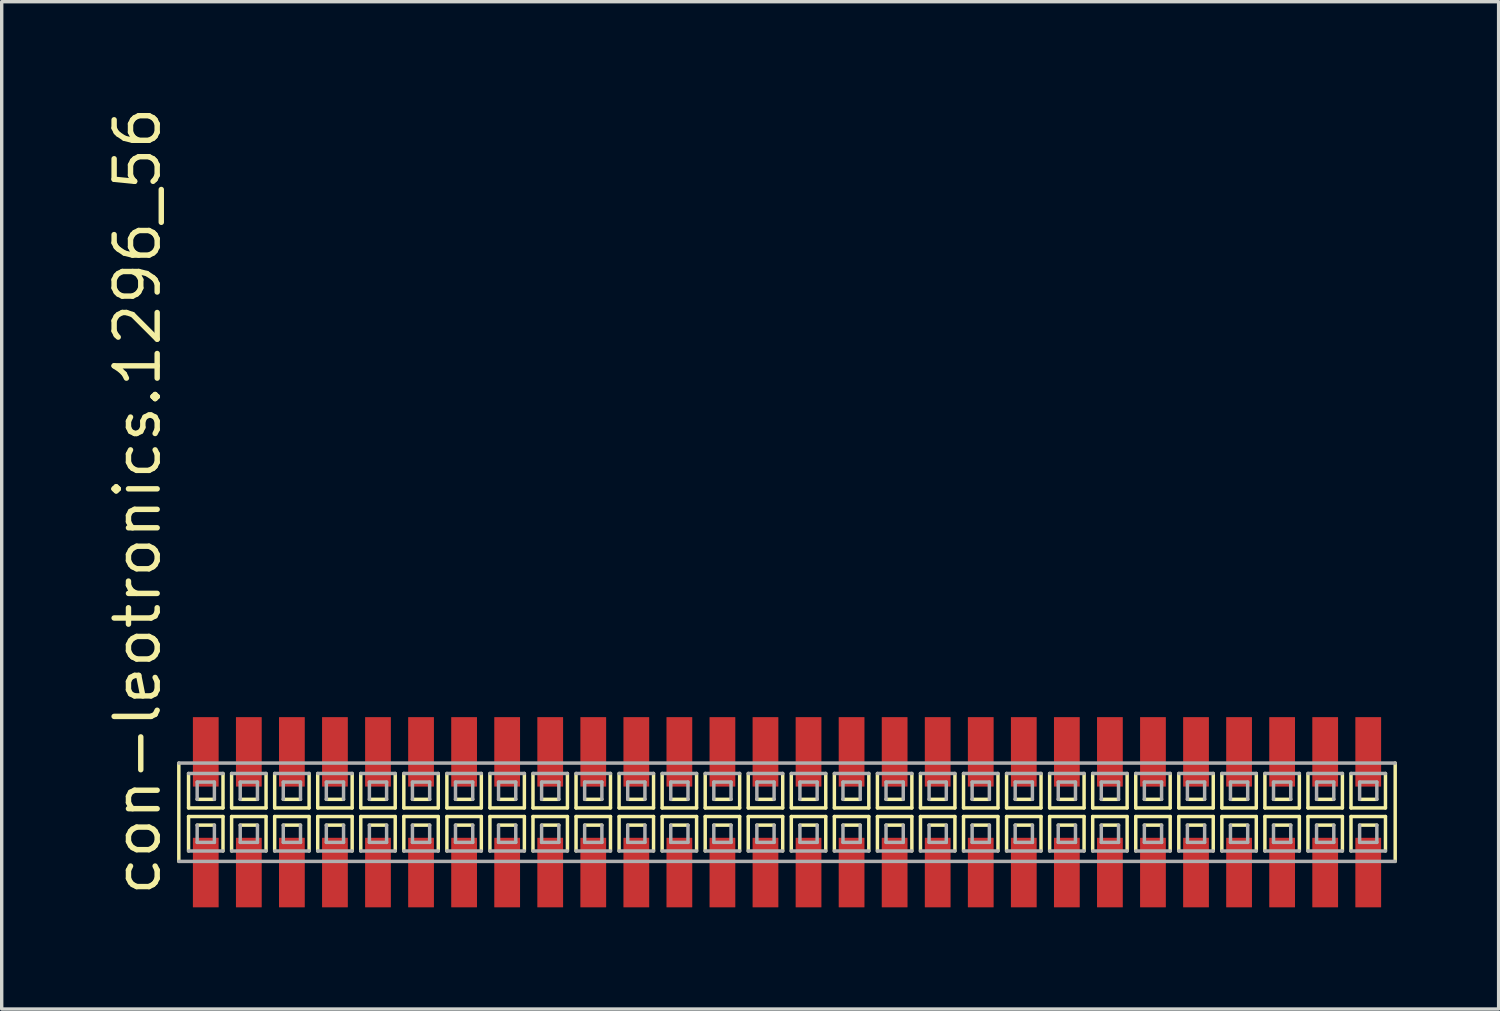
<source format=kicad_pcb>
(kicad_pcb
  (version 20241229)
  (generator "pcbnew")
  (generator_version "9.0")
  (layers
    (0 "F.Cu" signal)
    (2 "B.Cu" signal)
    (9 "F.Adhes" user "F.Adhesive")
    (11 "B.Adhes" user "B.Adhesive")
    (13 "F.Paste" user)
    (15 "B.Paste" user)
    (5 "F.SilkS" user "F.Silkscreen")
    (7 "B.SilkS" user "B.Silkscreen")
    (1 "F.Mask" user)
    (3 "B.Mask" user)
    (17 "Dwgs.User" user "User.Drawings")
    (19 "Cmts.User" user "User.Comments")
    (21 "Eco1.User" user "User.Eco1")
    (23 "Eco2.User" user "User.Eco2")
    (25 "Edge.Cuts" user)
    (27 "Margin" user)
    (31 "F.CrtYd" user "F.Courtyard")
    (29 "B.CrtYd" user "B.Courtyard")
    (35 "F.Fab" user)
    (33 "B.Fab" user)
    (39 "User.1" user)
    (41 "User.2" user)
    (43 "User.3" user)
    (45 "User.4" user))
  (footprint "con-leotronics.1296_56"
    (layer "F.Cu")
    (at 20.165 20.909)
    (property "Reference" "con-leotronics.1296_56" (at -18.415 2.54 90) (layer "F.SilkS") (effects (font (size 1.27 1.27) (thickness 0.16)) (justify left bottom)))
    (attr smd)
    (fp_line (start -17.94 -1.45) (end -17.94 1.45) (stroke (width 0.102) (type default)) (layer "F.SilkS"))
    (fp_line (start -17.653 -1.143) (end -17.653 -0.127) (stroke (width 0.102) (type default)) (layer "F.SilkS"))
    (fp_line (start -17.653 -0.127) (end -16.637 -0.127) (stroke (width 0.102) (type default)) (layer "F.SilkS"))
    (fp_line (start -17.653 0.127) (end -17.653 1.143) (stroke (width 0.102) (type default)) (layer "F.SilkS"))
    (fp_line (start -17.399 -0.381) (end -16.891 -0.381) (stroke (width 0.102) (type default)) (layer "F.SilkS"))
    (fp_line (start -16.891 0.381) (end -17.399 0.381) (stroke (width 0.102) (type default)) (layer "F.SilkS"))
    (fp_line (start -16.637 -0.127) (end -16.637 -1.143) (stroke (width 0.102) (type default)) (layer "F.SilkS"))
    (fp_line (start -16.637 0.127) (end -17.653 0.127) (stroke (width 0.102) (type default)) (layer "F.SilkS"))
    (fp_line (start -16.637 1.143) (end -16.637 0.127) (stroke (width 0.102) (type default)) (layer "F.SilkS"))
    (fp_line (start -16.383 -1.143) (end -16.383 -0.127) (stroke (width 0.102) (type default)) (layer "F.SilkS"))
    (fp_line (start -16.383 -0.127) (end -15.367 -0.127) (stroke (width 0.102) (type default)) (layer "F.SilkS"))
    (fp_line (start -16.383 0.127) (end -16.383 1.143) (stroke (width 0.102) (type default)) (layer "F.SilkS"))
    (fp_line (start -16.129 -0.381) (end -15.621 -0.381) (stroke (width 0.102) (type default)) (layer "F.SilkS"))
    (fp_line (start -15.621 0.381) (end -16.129 0.381) (stroke (width 0.102) (type default)) (layer "F.SilkS"))
    (fp_line (start -15.367 -0.127) (end -15.367 -1.143) (stroke (width 0.102) (type default)) (layer "F.SilkS"))
    (fp_line (start -15.367 0.127) (end -16.383 0.127) (stroke (width 0.102) (type default)) (layer "F.SilkS"))
    (fp_line (start -15.367 1.143) (end -15.367 0.127) (stroke (width 0.102) (type default)) (layer "F.SilkS"))
    (fp_line (start -15.113 -1.143) (end -15.113 -0.127) (stroke (width 0.102) (type default)) (layer "F.SilkS"))
    (fp_line (start -15.113 -0.127) (end -14.097 -0.127) (stroke (width 0.102) (type default)) (layer "F.SilkS"))
    (fp_line (start -15.113 0.127) (end -15.113 1.143) (stroke (width 0.102) (type default)) (layer "F.SilkS"))
    (fp_line (start -14.859 -0.381) (end -14.351 -0.381) (stroke (width 0.102) (type default)) (layer "F.SilkS"))
    (fp_line (start -14.351 0.381) (end -14.859 0.381) (stroke (width 0.102) (type default)) (layer "F.SilkS"))
    (fp_line (start -14.097 -0.127) (end -14.097 -1.143) (stroke (width 0.102) (type default)) (layer "F.SilkS"))
    (fp_line (start -14.097 0.127) (end -15.113 0.127) (stroke (width 0.102) (type default)) (layer "F.SilkS"))
    (fp_line (start -14.097 1.143) (end -14.097 0.127) (stroke (width 0.102) (type default)) (layer "F.SilkS"))
    (fp_line (start -13.843 -1.143) (end -13.843 -0.127) (stroke (width 0.102) (type default)) (layer "F.SilkS"))
    (fp_line (start -13.843 -0.127) (end -12.827 -0.127) (stroke (width 0.102) (type default)) (layer "F.SilkS"))
    (fp_line (start -13.843 0.127) (end -13.843 1.143) (stroke (width 0.102) (type default)) (layer "F.SilkS"))
    (fp_line (start -13.589 -0.381) (end -13.081 -0.381) (stroke (width 0.102) (type default)) (layer "F.SilkS"))
    (fp_line (start -13.081 0.381) (end -13.589 0.381) (stroke (width 0.102) (type default)) (layer "F.SilkS"))
    (fp_line (start -12.827 -0.127) (end -12.827 -1.143) (stroke (width 0.102) (type default)) (layer "F.SilkS"))
    (fp_line (start -12.827 0.127) (end -13.843 0.127) (stroke (width 0.102) (type default)) (layer "F.SilkS"))
    (fp_line (start -12.827 1.143) (end -12.827 0.127) (stroke (width 0.102) (type default)) (layer "F.SilkS"))
    (fp_line (start -12.573 -1.143) (end -12.573 -0.127) (stroke (width 0.102) (type default)) (layer "F.SilkS"))
    (fp_line (start -12.573 -0.127) (end -11.557 -0.127) (stroke (width 0.102) (type default)) (layer "F.SilkS"))
    (fp_line (start -12.573 0.127) (end -12.573 1.143) (stroke (width 0.102) (type default)) (layer "F.SilkS"))
    (fp_line (start -12.319 -0.381) (end -11.811 -0.381) (stroke (width 0.102) (type default)) (layer "F.SilkS"))
    (fp_line (start -11.811 0.381) (end -12.319 0.381) (stroke (width 0.102) (type default)) (layer "F.SilkS"))
    (fp_line (start -11.557 -0.127) (end -11.557 -1.143) (stroke (width 0.102) (type default)) (layer "F.SilkS"))
    (fp_line (start -11.557 0.127) (end -12.573 0.127) (stroke (width 0.102) (type default)) (layer "F.SilkS"))
    (fp_line (start -11.557 1.143) (end -11.557 0.127) (stroke (width 0.102) (type default)) (layer "F.SilkS"))
    (fp_line (start -11.303 -1.143) (end -11.303 -0.127) (stroke (width 0.102) (type default)) (layer "F.SilkS"))
    (fp_line (start -11.303 -0.127) (end -10.287 -0.127) (stroke (width 0.102) (type default)) (layer "F.SilkS"))
    (fp_line (start -11.303 0.127) (end -11.303 1.143) (stroke (width 0.102) (type default)) (layer "F.SilkS"))
    (fp_line (start -11.049 -0.381) (end -10.541 -0.381) (stroke (width 0.102) (type default)) (layer "F.SilkS"))
    (fp_line (start -10.541 0.381) (end -11.049 0.381) (stroke (width 0.102) (type default)) (layer "F.SilkS"))
    (fp_line (start -10.287 -0.127) (end -10.287 -1.143) (stroke (width 0.102) (type default)) (layer "F.SilkS"))
    (fp_line (start -10.287 0.127) (end -11.303 0.127) (stroke (width 0.102) (type default)) (layer "F.SilkS"))
    (fp_line (start -10.287 1.143) (end -10.287 0.127) (stroke (width 0.102) (type default)) (layer "F.SilkS"))
    (fp_line (start -10.033 -1.143) (end -10.033 -0.127) (stroke (width 0.102) (type default)) (layer "F.SilkS"))
    (fp_line (start -10.033 -0.127) (end -9.017 -0.127) (stroke (width 0.102) (type default)) (layer "F.SilkS"))
    (fp_line (start -10.033 0.127) (end -10.033 1.143) (stroke (width 0.102) (type default)) (layer "F.SilkS"))
    (fp_line (start -9.779 -0.381) (end -9.271 -0.381) (stroke (width 0.102) (type default)) (layer "F.SilkS"))
    (fp_line (start -9.271 0.381) (end -9.779 0.381) (stroke (width 0.102) (type default)) (layer "F.SilkS"))
    (fp_line (start -9.017 -0.127) (end -9.017 -1.143) (stroke (width 0.102) (type default)) (layer "F.SilkS"))
    (fp_line (start -9.017 0.127) (end -10.033 0.127) (stroke (width 0.102) (type default)) (layer "F.SilkS"))
    (fp_line (start -9.017 1.143) (end -9.017 0.127) (stroke (width 0.102) (type default)) (layer "F.SilkS"))
    (fp_line (start -8.763 -1.143) (end -8.763 -0.127) (stroke (width 0.102) (type default)) (layer "F.SilkS"))
    (fp_line (start -8.763 -0.127) (end -7.747 -0.127) (stroke (width 0.102) (type default)) (layer "F.SilkS"))
    (fp_line (start -8.763 0.127) (end -8.763 1.143) (stroke (width 0.102) (type default)) (layer "F.SilkS"))
    (fp_line (start -8.509 -0.381) (end -8.001 -0.381) (stroke (width 0.102) (type default)) (layer "F.SilkS"))
    (fp_line (start -8.001 0.381) (end -8.509 0.381) (stroke (width 0.102) (type default)) (layer "F.SilkS"))
    (fp_line (start -7.747 -0.127) (end -7.747 -1.143) (stroke (width 0.102) (type default)) (layer "F.SilkS"))
    (fp_line (start -7.747 0.127) (end -8.763 0.127) (stroke (width 0.102) (type default)) (layer "F.SilkS"))
    (fp_line (start -7.747 1.143) (end -7.747 0.127) (stroke (width 0.102) (type default)) (layer "F.SilkS"))
    (fp_line (start -7.493 -1.143) (end -7.493 -0.127) (stroke (width 0.102) (type default)) (layer "F.SilkS"))
    (fp_line (start -7.493 -0.127) (end -6.477 -0.127) (stroke (width 0.102) (type default)) (layer "F.SilkS"))
    (fp_line (start -7.493 0.127) (end -7.493 1.143) (stroke (width 0.102) (type default)) (layer "F.SilkS"))
    (fp_line (start -7.239 -0.381) (end -6.731 -0.381) (stroke (width 0.102) (type default)) (layer "F.SilkS"))
    (fp_line (start -6.731 0.381) (end -7.239 0.381) (stroke (width 0.102) (type default)) (layer "F.SilkS"))
    (fp_line (start -6.477 -0.127) (end -6.477 -1.143) (stroke (width 0.102) (type default)) (layer "F.SilkS"))
    (fp_line (start -6.477 0.127) (end -7.493 0.127) (stroke (width 0.102) (type default)) (layer "F.SilkS"))
    (fp_line (start -6.477 1.143) (end -6.477 0.127) (stroke (width 0.102) (type default)) (layer "F.SilkS"))
    (fp_line (start -6.223 -1.143) (end -6.223 -0.127) (stroke (width 0.102) (type default)) (layer "F.SilkS"))
    (fp_line (start -6.223 -0.127) (end -5.207 -0.127) (stroke (width 0.102) (type default)) (layer "F.SilkS"))
    (fp_line (start -6.223 0.127) (end -6.223 1.143) (stroke (width 0.102) (type default)) (layer "F.SilkS"))
    (fp_line (start -5.969 -0.381) (end -5.461 -0.381) (stroke (width 0.102) (type default)) (layer "F.SilkS"))
    (fp_line (start -5.461 0.381) (end -5.969 0.381) (stroke (width 0.102) (type default)) (layer "F.SilkS"))
    (fp_line (start -5.207 -0.127) (end -5.207 -1.143) (stroke (width 0.102) (type default)) (layer "F.SilkS"))
    (fp_line (start -5.207 0.127) (end -6.223 0.127) (stroke (width 0.102) (type default)) (layer "F.SilkS"))
    (fp_line (start -5.207 1.143) (end -5.207 0.127) (stroke (width 0.102) (type default)) (layer "F.SilkS"))
    (fp_line (start -4.953 -1.143) (end -4.953 -0.127) (stroke (width 0.102) (type default)) (layer "F.SilkS"))
    (fp_line (start -4.953 -0.127) (end -3.937 -0.127) (stroke (width 0.102) (type default)) (layer "F.SilkS"))
    (fp_line (start -4.953 0.127) (end -4.953 1.143) (stroke (width 0.102) (type default)) (layer "F.SilkS"))
    (fp_line (start -4.699 -0.381) (end -4.191 -0.381) (stroke (width 0.102) (type default)) (layer "F.SilkS"))
    (fp_line (start -4.191 0.381) (end -4.699 0.381) (stroke (width 0.102) (type default)) (layer "F.SilkS"))
    (fp_line (start -3.937 -0.127) (end -3.937 -1.143) (stroke (width 0.102) (type default)) (layer "F.SilkS"))
    (fp_line (start -3.937 0.127) (end -4.953 0.127) (stroke (width 0.102) (type default)) (layer "F.SilkS"))
    (fp_line (start -3.937 1.143) (end -3.937 0.127) (stroke (width 0.102) (type default)) (layer "F.SilkS"))
    (fp_line (start -3.683 -1.143) (end -3.683 -0.127) (stroke (width 0.102) (type default)) (layer "F.SilkS"))
    (fp_line (start -3.683 -0.127) (end -2.667 -0.127) (stroke (width 0.102) (type default)) (layer "F.SilkS"))
    (fp_line (start -3.683 0.127) (end -3.683 1.143) (stroke (width 0.102) (type default)) (layer "F.SilkS"))
    (fp_line (start -3.429 -0.381) (end -2.921 -0.381) (stroke (width 0.102) (type default)) (layer "F.SilkS"))
    (fp_line (start -2.921 0.381) (end -3.429 0.381) (stroke (width 0.102) (type default)) (layer "F.SilkS"))
    (fp_line (start -2.667 -0.127) (end -2.667 -1.143) (stroke (width 0.102) (type default)) (layer "F.SilkS"))
    (fp_line (start -2.667 0.127) (end -3.683 0.127) (stroke (width 0.102) (type default)) (layer "F.SilkS"))
    (fp_line (start -2.667 1.143) (end -2.667 0.127) (stroke (width 0.102) (type default)) (layer "F.SilkS"))
    (fp_line (start -2.413 -1.143) (end -2.413 -0.127) (stroke (width 0.102) (type default)) (layer "F.SilkS"))
    (fp_line (start -2.413 -0.127) (end -1.397 -0.127) (stroke (width 0.102) (type default)) (layer "F.SilkS"))
    (fp_line (start -2.413 0.127) (end -2.413 1.143) (stroke (width 0.102) (type default)) (layer "F.SilkS"))
    (fp_line (start -2.159 -0.381) (end -1.651 -0.381) (stroke (width 0.102) (type default)) (layer "F.SilkS"))
    (fp_line (start -1.651 0.381) (end -2.159 0.381) (stroke (width 0.102) (type default)) (layer "F.SilkS"))
    (fp_line (start -1.397 -0.127) (end -1.397 -1.143) (stroke (width 0.102) (type default)) (layer "F.SilkS"))
    (fp_line (start -1.397 0.127) (end -2.413 0.127) (stroke (width 0.102) (type default)) (layer "F.SilkS"))
    (fp_line (start -1.397 1.143) (end -1.397 0.127) (stroke (width 0.102) (type default)) (layer "F.SilkS"))
    (fp_line (start -1.143 -1.143) (end -1.143 -0.127) (stroke (width 0.102) (type default)) (layer "F.SilkS"))
    (fp_line (start -1.143 -0.127) (end -0.127 -0.127) (stroke (width 0.102) (type default)) (layer "F.SilkS"))
    (fp_line (start -1.143 0.127) (end -1.143 1.143) (stroke (width 0.102) (type default)) (layer "F.SilkS"))
    (fp_line (start -0.889 -0.381) (end -0.381 -0.381) (stroke (width 0.102) (type default)) (layer "F.SilkS"))
    (fp_line (start -0.381 0.381) (end -0.889 0.381) (stroke (width 0.102) (type default)) (layer "F.SilkS"))
    (fp_line (start -0.127 -0.127) (end -0.127 -1.143) (stroke (width 0.102) (type default)) (layer "F.SilkS"))
    (fp_line (start -0.127 0.127) (end -1.143 0.127) (stroke (width 0.102) (type default)) (layer "F.SilkS"))
    (fp_line (start -0.127 1.143) (end -0.127 0.127) (stroke (width 0.102) (type default)) (layer "F.SilkS"))
    (fp_line (start 0.127 -1.143) (end 0.127 -0.127) (stroke (width 0.102) (type default)) (layer "F.SilkS"))
    (fp_line (start 0.127 -0.127) (end 1.143 -0.127) (stroke (width 0.102) (type default)) (layer "F.SilkS"))
    (fp_line (start 0.127 0.127) (end 0.127 1.143) (stroke (width 0.102) (type default)) (layer "F.SilkS"))
    (fp_line (start 0.381 -0.381) (end 0.889 -0.381) (stroke (width 0.102) (type default)) (layer "F.SilkS"))
    (fp_line (start 0.889 0.381) (end 0.381 0.381) (stroke (width 0.102) (type default)) (layer "F.SilkS"))
    (fp_line (start 1.143 -0.127) (end 1.143 -1.143) (stroke (width 0.102) (type default)) (layer "F.SilkS"))
    (fp_line (start 1.143 0.127) (end 0.127 0.127) (stroke (width 0.102) (type default)) (layer "F.SilkS"))
    (fp_line (start 1.143 1.143) (end 1.143 0.127) (stroke (width 0.102) (type default)) (layer "F.SilkS"))
    (fp_line (start 1.397 -1.143) (end 1.397 -0.127) (stroke (width 0.102) (type default)) (layer "F.SilkS"))
    (fp_line (start 1.397 -0.127) (end 2.413 -0.127) (stroke (width 0.102) (type default)) (layer "F.SilkS"))
    (fp_line (start 1.397 0.127) (end 1.397 1.143) (stroke (width 0.102) (type default)) (layer "F.SilkS"))
    (fp_line (start 1.651 -0.381) (end 2.159 -0.381) (stroke (width 0.102) (type default)) (layer "F.SilkS"))
    (fp_line (start 2.159 0.381) (end 1.651 0.381) (stroke (width 0.102) (type default)) (layer "F.SilkS"))
    (fp_line (start 2.413 -0.127) (end 2.413 -1.143) (stroke (width 0.102) (type default)) (layer "F.SilkS"))
    (fp_line (start 2.413 0.127) (end 1.397 0.127) (stroke (width 0.102) (type default)) (layer "F.SilkS"))
    (fp_line (start 2.413 1.143) (end 2.413 0.127) (stroke (width 0.102) (type default)) (layer "F.SilkS"))
    (fp_line (start 2.667 -1.143) (end 2.667 -0.127) (stroke (width 0.102) (type default)) (layer "F.SilkS"))
    (fp_line (start 2.667 -0.127) (end 3.683 -0.127) (stroke (width 0.102) (type default)) (layer "F.SilkS"))
    (fp_line (start 2.667 0.127) (end 2.667 1.143) (stroke (width 0.102) (type default)) (layer "F.SilkS"))
    (fp_line (start 2.921 -0.381) (end 3.429 -0.381) (stroke (width 0.102) (type default)) (layer "F.SilkS"))
    (fp_line (start 3.429 0.381) (end 2.921 0.381) (stroke (width 0.102) (type default)) (layer "F.SilkS"))
    (fp_line (start 3.683 -0.127) (end 3.683 -1.143) (stroke (width 0.102) (type default)) (layer "F.SilkS"))
    (fp_line (start 3.683 0.127) (end 2.667 0.127) (stroke (width 0.102) (type default)) (layer "F.SilkS"))
    (fp_line (start 3.683 1.143) (end 3.683 0.127) (stroke (width 0.102) (type default)) (layer "F.SilkS"))
    (fp_line (start 3.937 -1.143) (end 3.937 -0.127) (stroke (width 0.102) (type default)) (layer "F.SilkS"))
    (fp_line (start 3.937 -0.127) (end 4.953 -0.127) (stroke (width 0.102) (type default)) (layer "F.SilkS"))
    (fp_line (start 3.937 0.127) (end 3.937 1.143) (stroke (width 0.102) (type default)) (layer "F.SilkS"))
    (fp_line (start 4.191 -0.381) (end 4.699 -0.381) (stroke (width 0.102) (type default)) (layer "F.SilkS"))
    (fp_line (start 4.699 0.381) (end 4.191 0.381) (stroke (width 0.102) (type default)) (layer "F.SilkS"))
    (fp_line (start 4.953 -0.127) (end 4.953 -1.143) (stroke (width 0.102) (type default)) (layer "F.SilkS"))
    (fp_line (start 4.953 0.127) (end 3.937 0.127) (stroke (width 0.102) (type default)) (layer "F.SilkS"))
    (fp_line (start 4.953 1.143) (end 4.953 0.127) (stroke (width 0.102) (type default)) (layer "F.SilkS"))
    (fp_line (start 5.207 -1.143) (end 5.207 -0.127) (stroke (width 0.102) (type default)) (layer "F.SilkS"))
    (fp_line (start 5.207 -0.127) (end 6.223 -0.127) (stroke (width 0.102) (type default)) (layer "F.SilkS"))
    (fp_line (start 5.207 0.127) (end 5.207 1.143) (stroke (width 0.102) (type default)) (layer "F.SilkS"))
    (fp_line (start 5.461 -0.381) (end 5.969 -0.381) (stroke (width 0.102) (type default)) (layer "F.SilkS"))
    (fp_line (start 5.969 0.381) (end 5.461 0.381) (stroke (width 0.102) (type default)) (layer "F.SilkS"))
    (fp_line (start 6.223 -0.127) (end 6.223 -1.143) (stroke (width 0.102) (type default)) (layer "F.SilkS"))
    (fp_line (start 6.223 0.127) (end 5.207 0.127) (stroke (width 0.102) (type default)) (layer "F.SilkS"))
    (fp_line (start 6.223 1.143) (end 6.223 0.127) (stroke (width 0.102) (type default)) (layer "F.SilkS"))
    (fp_line (start 6.477 -1.143) (end 6.477 -0.127) (stroke (width 0.102) (type default)) (layer "F.SilkS"))
    (fp_line (start 6.477 -0.127) (end 7.493 -0.127) (stroke (width 0.102) (type default)) (layer "F.SilkS"))
    (fp_line (start 6.477 0.127) (end 6.477 1.143) (stroke (width 0.102) (type default)) (layer "F.SilkS"))
    (fp_line (start 6.731 -0.381) (end 7.239 -0.381) (stroke (width 0.102) (type default)) (layer "F.SilkS"))
    (fp_line (start 7.239 0.381) (end 6.731 0.381) (stroke (width 0.102) (type default)) (layer "F.SilkS"))
    (fp_line (start 7.493 -0.127) (end 7.493 -1.143) (stroke (width 0.102) (type default)) (layer "F.SilkS"))
    (fp_line (start 7.493 0.127) (end 6.477 0.127) (stroke (width 0.102) (type default)) (layer "F.SilkS"))
    (fp_line (start 7.493 1.143) (end 7.493 0.127) (stroke (width 0.102) (type default)) (layer "F.SilkS"))
    (fp_line (start 7.747 -1.143) (end 7.747 -0.127) (stroke (width 0.102) (type default)) (layer "F.SilkS"))
    (fp_line (start 7.747 -0.127) (end 8.763 -0.127) (stroke (width 0.102) (type default)) (layer "F.SilkS"))
    (fp_line (start 7.747 0.127) (end 7.747 1.143) (stroke (width 0.102) (type default)) (layer "F.SilkS"))
    (fp_line (start 8.001 -0.381) (end 8.509 -0.381) (stroke (width 0.102) (type default)) (layer "F.SilkS"))
    (fp_line (start 8.509 0.381) (end 8.001 0.381) (stroke (width 0.102) (type default)) (layer "F.SilkS"))
    (fp_line (start 8.763 -0.127) (end 8.763 -1.143) (stroke (width 0.102) (type default)) (layer "F.SilkS"))
    (fp_line (start 8.763 0.127) (end 7.747 0.127) (stroke (width 0.102) (type default)) (layer "F.SilkS"))
    (fp_line (start 8.763 1.143) (end 8.763 0.127) (stroke (width 0.102) (type default)) (layer "F.SilkS"))
    (fp_line (start 9.017 -1.143) (end 9.017 -0.127) (stroke (width 0.102) (type default)) (layer "F.SilkS"))
    (fp_line (start 9.017 -0.127) (end 10.033 -0.127) (stroke (width 0.102) (type default)) (layer "F.SilkS"))
    (fp_line (start 9.017 0.127) (end 9.017 1.143) (stroke (width 0.102) (type default)) (layer "F.SilkS"))
    (fp_line (start 9.271 -0.381) (end 9.779 -0.381) (stroke (width 0.102) (type default)) (layer "F.SilkS"))
    (fp_line (start 9.779 0.381) (end 9.271 0.381) (stroke (width 0.102) (type default)) (layer "F.SilkS"))
    (fp_line (start 10.033 -0.127) (end 10.033 -1.143) (stroke (width 0.102) (type default)) (layer "F.SilkS"))
    (fp_line (start 10.033 0.127) (end 9.017 0.127) (stroke (width 0.102) (type default)) (layer "F.SilkS"))
    (fp_line (start 10.033 1.143) (end 10.033 0.127) (stroke (width 0.102) (type default)) (layer "F.SilkS"))
    (fp_line (start 10.287 -1.143) (end 10.287 -0.127) (stroke (width 0.102) (type default)) (layer "F.SilkS"))
    (fp_line (start 10.287 -0.127) (end 11.303 -0.127) (stroke (width 0.102) (type default)) (layer "F.SilkS"))
    (fp_line (start 10.287 0.127) (end 10.287 1.143) (stroke (width 0.102) (type default)) (layer "F.SilkS"))
    (fp_line (start 10.541 -0.381) (end 11.049 -0.381) (stroke (width 0.102) (type default)) (layer "F.SilkS"))
    (fp_line (start 11.049 0.381) (end 10.541 0.381) (stroke (width 0.102) (type default)) (layer "F.SilkS"))
    (fp_line (start 11.303 -0.127) (end 11.303 -1.143) (stroke (width 0.102) (type default)) (layer "F.SilkS"))
    (fp_line (start 11.303 0.127) (end 10.287 0.127) (stroke (width 0.102) (type default)) (layer "F.SilkS"))
    (fp_line (start 11.303 1.143) (end 11.303 0.127) (stroke (width 0.102) (type default)) (layer "F.SilkS"))
    (fp_line (start 11.557 -1.143) (end 11.557 -0.127) (stroke (width 0.102) (type default)) (layer "F.SilkS"))
    (fp_line (start 11.557 -0.127) (end 12.573 -0.127) (stroke (width 0.102) (type default)) (layer "F.SilkS"))
    (fp_line (start 11.557 0.127) (end 11.557 1.143) (stroke (width 0.102) (type default)) (layer "F.SilkS"))
    (fp_line (start 11.811 -0.381) (end 12.319 -0.381) (stroke (width 0.102) (type default)) (layer "F.SilkS"))
    (fp_line (start 12.319 0.381) (end 11.811 0.381) (stroke (width 0.102) (type default)) (layer "F.SilkS"))
    (fp_line (start 12.573 -0.127) (end 12.573 -1.143) (stroke (width 0.102) (type default)) (layer "F.SilkS"))
    (fp_line (start 12.573 0.127) (end 11.557 0.127) (stroke (width 0.102) (type default)) (layer "F.SilkS"))
    (fp_line (start 12.573 1.143) (end 12.573 0.127) (stroke (width 0.102) (type default)) (layer "F.SilkS"))
    (fp_line (start 12.827 -1.143) (end 12.827 -0.127) (stroke (width 0.102) (type default)) (layer "F.SilkS"))
    (fp_line (start 12.827 -0.127) (end 13.843 -0.127) (stroke (width 0.102) (type default)) (layer "F.SilkS"))
    (fp_line (start 12.827 0.127) (end 12.827 1.143) (stroke (width 0.102) (type default)) (layer "F.SilkS"))
    (fp_line (start 13.081 -0.381) (end 13.589 -0.381) (stroke (width 0.102) (type default)) (layer "F.SilkS"))
    (fp_line (start 13.589 0.381) (end 13.081 0.381) (stroke (width 0.102) (type default)) (layer "F.SilkS"))
    (fp_line (start 13.843 -0.127) (end 13.843 -1.143) (stroke (width 0.102) (type default)) (layer "F.SilkS"))
    (fp_line (start 13.843 0.127) (end 12.827 0.127) (stroke (width 0.102) (type default)) (layer "F.SilkS"))
    (fp_line (start 13.843 1.143) (end 13.843 0.127) (stroke (width 0.102) (type default)) (layer "F.SilkS"))
    (fp_line (start 14.097 -1.143) (end 14.097 -0.127) (stroke (width 0.102) (type default)) (layer "F.SilkS"))
    (fp_line (start 14.097 -0.127) (end 15.113 -0.127) (stroke (width 0.102) (type default)) (layer "F.SilkS"))
    (fp_line (start 14.097 0.127) (end 14.097 1.143) (stroke (width 0.102) (type default)) (layer "F.SilkS"))
    (fp_line (start 14.351 -0.381) (end 14.859 -0.381) (stroke (width 0.102) (type default)) (layer "F.SilkS"))
    (fp_line (start 14.859 0.381) (end 14.351 0.381) (stroke (width 0.102) (type default)) (layer "F.SilkS"))
    (fp_line (start 15.113 -0.127) (end 15.113 -1.143) (stroke (width 0.102) (type default)) (layer "F.SilkS"))
    (fp_line (start 15.113 0.127) (end 14.097 0.127) (stroke (width 0.102) (type default)) (layer "F.SilkS"))
    (fp_line (start 15.113 1.143) (end 15.113 0.127) (stroke (width 0.102) (type default)) (layer "F.SilkS"))
    (fp_line (start 15.367 -1.143) (end 15.367 -0.127) (stroke (width 0.102) (type default)) (layer "F.SilkS"))
    (fp_line (start 15.367 -0.127) (end 16.383 -0.127) (stroke (width 0.102) (type default)) (layer "F.SilkS"))
    (fp_line (start 15.367 0.127) (end 15.367 1.143) (stroke (width 0.102) (type default)) (layer "F.SilkS"))
    (fp_line (start 15.621 -0.381) (end 16.129 -0.381) (stroke (width 0.102) (type default)) (layer "F.SilkS"))
    (fp_line (start 16.129 0.381) (end 15.621 0.381) (stroke (width 0.102) (type default)) (layer "F.SilkS"))
    (fp_line (start 16.383 -0.127) (end 16.383 -1.143) (stroke (width 0.102) (type default)) (layer "F.SilkS"))
    (fp_line (start 16.383 0.127) (end 15.367 0.127) (stroke (width 0.102) (type default)) (layer "F.SilkS"))
    (fp_line (start 16.383 1.143) (end 16.383 0.127) (stroke (width 0.102) (type default)) (layer "F.SilkS"))
    (fp_line (start 16.637 -1.143) (end 16.637 -0.127) (stroke (width 0.102) (type default)) (layer "F.SilkS"))
    (fp_line (start 16.637 -0.127) (end 17.653 -0.127) (stroke (width 0.102) (type default)) (layer "F.SilkS"))
    (fp_line (start 16.637 0.127) (end 16.637 1.143) (stroke (width 0.102) (type default)) (layer "F.SilkS"))
    (fp_line (start 16.891 -0.381) (end 17.399 -0.381) (stroke (width 0.102) (type default)) (layer "F.SilkS"))
    (fp_line (start 17.399 0.381) (end 16.891 0.381) (stroke (width 0.102) (type default)) (layer "F.SilkS"))
    (fp_line (start 17.653 -0.127) (end 17.653 -1.143) (stroke (width 0.102) (type default)) (layer "F.SilkS"))
    (fp_line (start 17.653 0.127) (end 16.637 0.127) (stroke (width 0.102) (type default)) (layer "F.SilkS"))
    (fp_line (start 17.653 1.143) (end 17.653 0.127) (stroke (width 0.102) (type default)) (layer "F.SilkS"))
    (fp_line (start 17.94 1.45) (end 17.94 -1.45) (stroke (width 0.102) (type default)) (layer "F.SilkS"))
    (fp_line (start -17.94 1.45) (end 17.94 1.45) (stroke (width 0.102) (type default)) (layer "F.Fab"))
    (fp_line (start -17.653 1.143) (end -16.637 1.143) (stroke (width 0.102) (type default)) (layer "F.Fab"))
    (fp_line (start -17.399 -0.889) (end -17.399 -0.381) (stroke (width 0.102) (type default)) (layer "F.Fab"))
    (fp_line (start -17.399 0.381) (end -17.399 0.889) (stroke (width 0.102) (type default)) (layer "F.Fab"))
    (fp_line (start -17.399 0.889) (end -16.891 0.889) (stroke (width 0.102) (type default)) (layer "F.Fab"))
    (fp_line (start -16.891 -0.889) (end -17.399 -0.889) (stroke (width 0.102) (type default)) (layer "F.Fab"))
    (fp_line (start -16.891 -0.381) (end -16.891 -0.889) (stroke (width 0.102) (type default)) (layer "F.Fab"))
    (fp_line (start -16.891 0.889) (end -16.891 0.381) (stroke (width 0.102) (type default)) (layer "F.Fab"))
    (fp_line (start -16.637 -1.143) (end -17.653 -1.143) (stroke (width 0.102) (type default)) (layer "F.Fab"))
    (fp_line (start -16.383 1.143) (end -15.367 1.143) (stroke (width 0.102) (type default)) (layer "F.Fab"))
    (fp_line (start -16.129 -0.889) (end -16.129 -0.381) (stroke (width 0.102) (type default)) (layer "F.Fab"))
    (fp_line (start -16.129 0.381) (end -16.129 0.889) (stroke (width 0.102) (type default)) (layer "F.Fab"))
    (fp_line (start -16.129 0.889) (end -15.621 0.889) (stroke (width 0.102) (type default)) (layer "F.Fab"))
    (fp_line (start -15.621 -0.889) (end -16.129 -0.889) (stroke (width 0.102) (type default)) (layer "F.Fab"))
    (fp_line (start -15.621 -0.381) (end -15.621 -0.889) (stroke (width 0.102) (type default)) (layer "F.Fab"))
    (fp_line (start -15.621 0.889) (end -15.621 0.381) (stroke (width 0.102) (type default)) (layer "F.Fab"))
    (fp_line (start -15.367 -1.143) (end -16.383 -1.143) (stroke (width 0.102) (type default)) (layer "F.Fab"))
    (fp_line (start -15.113 1.143) (end -14.097 1.143) (stroke (width 0.102) (type default)) (layer "F.Fab"))
    (fp_line (start -14.859 -0.889) (end -14.859 -0.381) (stroke (width 0.102) (type default)) (layer "F.Fab"))
    (fp_line (start -14.859 0.381) (end -14.859 0.889) (stroke (width 0.102) (type default)) (layer "F.Fab"))
    (fp_line (start -14.859 0.889) (end -14.351 0.889) (stroke (width 0.102) (type default)) (layer "F.Fab"))
    (fp_line (start -14.351 -0.889) (end -14.859 -0.889) (stroke (width 0.102) (type default)) (layer "F.Fab"))
    (fp_line (start -14.351 -0.381) (end -14.351 -0.889) (stroke (width 0.102) (type default)) (layer "F.Fab"))
    (fp_line (start -14.351 0.889) (end -14.351 0.381) (stroke (width 0.102) (type default)) (layer "F.Fab"))
    (fp_line (start -14.097 -1.143) (end -15.113 -1.143) (stroke (width 0.102) (type default)) (layer "F.Fab"))
    (fp_line (start -13.843 1.143) (end -12.827 1.143) (stroke (width 0.102) (type default)) (layer "F.Fab"))
    (fp_line (start -13.589 -0.889) (end -13.589 -0.381) (stroke (width 0.102) (type default)) (layer "F.Fab"))
    (fp_line (start -13.589 0.381) (end -13.589 0.889) (stroke (width 0.102) (type default)) (layer "F.Fab"))
    (fp_line (start -13.589 0.889) (end -13.081 0.889) (stroke (width 0.102) (type default)) (layer "F.Fab"))
    (fp_line (start -13.081 -0.889) (end -13.589 -0.889) (stroke (width 0.102) (type default)) (layer "F.Fab"))
    (fp_line (start -13.081 -0.381) (end -13.081 -0.889) (stroke (width 0.102) (type default)) (layer "F.Fab"))
    (fp_line (start -13.081 0.889) (end -13.081 0.381) (stroke (width 0.102) (type default)) (layer "F.Fab"))
    (fp_line (start -12.827 -1.143) (end -13.843 -1.143) (stroke (width 0.102) (type default)) (layer "F.Fab"))
    (fp_line (start -12.573 1.143) (end -11.557 1.143) (stroke (width 0.102) (type default)) (layer "F.Fab"))
    (fp_line (start -12.319 -0.889) (end -12.319 -0.381) (stroke (width 0.102) (type default)) (layer "F.Fab"))
    (fp_line (start -12.319 0.381) (end -12.319 0.889) (stroke (width 0.102) (type default)) (layer "F.Fab"))
    (fp_line (start -12.319 0.889) (end -11.811 0.889) (stroke (width 0.102) (type default)) (layer "F.Fab"))
    (fp_line (start -11.811 -0.889) (end -12.319 -0.889) (stroke (width 0.102) (type default)) (layer "F.Fab"))
    (fp_line (start -11.811 -0.381) (end -11.811 -0.889) (stroke (width 0.102) (type default)) (layer "F.Fab"))
    (fp_line (start -11.811 0.889) (end -11.811 0.381) (stroke (width 0.102) (type default)) (layer "F.Fab"))
    (fp_line (start -11.557 -1.143) (end -12.573 -1.143) (stroke (width 0.102) (type default)) (layer "F.Fab"))
    (fp_line (start -11.303 1.143) (end -10.287 1.143) (stroke (width 0.102) (type default)) (layer "F.Fab"))
    (fp_line (start -11.049 -0.889) (end -11.049 -0.381) (stroke (width 0.102) (type default)) (layer "F.Fab"))
    (fp_line (start -11.049 0.381) (end -11.049 0.889) (stroke (width 0.102) (type default)) (layer "F.Fab"))
    (fp_line (start -11.049 0.889) (end -10.541 0.889) (stroke (width 0.102) (type default)) (layer "F.Fab"))
    (fp_line (start -10.541 -0.889) (end -11.049 -0.889) (stroke (width 0.102) (type default)) (layer "F.Fab"))
    (fp_line (start -10.541 -0.381) (end -10.541 -0.889) (stroke (width 0.102) (type default)) (layer "F.Fab"))
    (fp_line (start -10.541 0.889) (end -10.541 0.381) (stroke (width 0.102) (type default)) (layer "F.Fab"))
    (fp_line (start -10.287 -1.143) (end -11.303 -1.143) (stroke (width 0.102) (type default)) (layer "F.Fab"))
    (fp_line (start -10.033 1.143) (end -9.017 1.143) (stroke (width 0.102) (type default)) (layer "F.Fab"))
    (fp_line (start -9.779 -0.889) (end -9.779 -0.381) (stroke (width 0.102) (type default)) (layer "F.Fab"))
    (fp_line (start -9.779 0.381) (end -9.779 0.889) (stroke (width 0.102) (type default)) (layer "F.Fab"))
    (fp_line (start -9.779 0.889) (end -9.271 0.889) (stroke (width 0.102) (type default)) (layer "F.Fab"))
    (fp_line (start -9.271 -0.889) (end -9.779 -0.889) (stroke (width 0.102) (type default)) (layer "F.Fab"))
    (fp_line (start -9.271 -0.381) (end -9.271 -0.889) (stroke (width 0.102) (type default)) (layer "F.Fab"))
    (fp_line (start -9.271 0.889) (end -9.271 0.381) (stroke (width 0.102) (type default)) (layer "F.Fab"))
    (fp_line (start -9.017 -1.143) (end -10.033 -1.143) (stroke (width 0.102) (type default)) (layer "F.Fab"))
    (fp_line (start -8.763 1.143) (end -7.747 1.143) (stroke (width 0.102) (type default)) (layer "F.Fab"))
    (fp_line (start -8.509 -0.889) (end -8.509 -0.381) (stroke (width 0.102) (type default)) (layer "F.Fab"))
    (fp_line (start -8.509 0.381) (end -8.509 0.889) (stroke (width 0.102) (type default)) (layer "F.Fab"))
    (fp_line (start -8.509 0.889) (end -8.001 0.889) (stroke (width 0.102) (type default)) (layer "F.Fab"))
    (fp_line (start -8.001 -0.889) (end -8.509 -0.889) (stroke (width 0.102) (type default)) (layer "F.Fab"))
    (fp_line (start -8.001 -0.381) (end -8.001 -0.889) (stroke (width 0.102) (type default)) (layer "F.Fab"))
    (fp_line (start -8.001 0.889) (end -8.001 0.381) (stroke (width 0.102) (type default)) (layer "F.Fab"))
    (fp_line (start -7.747 -1.143) (end -8.763 -1.143) (stroke (width 0.102) (type default)) (layer "F.Fab"))
    (fp_line (start -7.493 1.143) (end -6.477 1.143) (stroke (width 0.102) (type default)) (layer "F.Fab"))
    (fp_line (start -7.239 -0.889) (end -7.239 -0.381) (stroke (width 0.102) (type default)) (layer "F.Fab"))
    (fp_line (start -7.239 0.381) (end -7.239 0.889) (stroke (width 0.102) (type default)) (layer "F.Fab"))
    (fp_line (start -7.239 0.889) (end -6.731 0.889) (stroke (width 0.102) (type default)) (layer "F.Fab"))
    (fp_line (start -6.731 -0.889) (end -7.239 -0.889) (stroke (width 0.102) (type default)) (layer "F.Fab"))
    (fp_line (start -6.731 -0.381) (end -6.731 -0.889) (stroke (width 0.102) (type default)) (layer "F.Fab"))
    (fp_line (start -6.731 0.889) (end -6.731 0.381) (stroke (width 0.102) (type default)) (layer "F.Fab"))
    (fp_line (start -6.477 -1.143) (end -7.493 -1.143) (stroke (width 0.102) (type default)) (layer "F.Fab"))
    (fp_line (start -6.223 1.143) (end -5.207 1.143) (stroke (width 0.102) (type default)) (layer "F.Fab"))
    (fp_line (start -5.969 -0.889) (end -5.969 -0.381) (stroke (width 0.102) (type default)) (layer "F.Fab"))
    (fp_line (start -5.969 0.381) (end -5.969 0.889) (stroke (width 0.102) (type default)) (layer "F.Fab"))
    (fp_line (start -5.969 0.889) (end -5.461 0.889) (stroke (width 0.102) (type default)) (layer "F.Fab"))
    (fp_line (start -5.461 -0.889) (end -5.969 -0.889) (stroke (width 0.102) (type default)) (layer "F.Fab"))
    (fp_line (start -5.461 -0.381) (end -5.461 -0.889) (stroke (width 0.102) (type default)) (layer "F.Fab"))
    (fp_line (start -5.461 0.889) (end -5.461 0.381) (stroke (width 0.102) (type default)) (layer "F.Fab"))
    (fp_line (start -5.207 -1.143) (end -6.223 -1.143) (stroke (width 0.102) (type default)) (layer "F.Fab"))
    (fp_line (start -4.953 1.143) (end -3.937 1.143) (stroke (width 0.102) (type default)) (layer "F.Fab"))
    (fp_line (start -4.699 -0.889) (end -4.699 -0.381) (stroke (width 0.102) (type default)) (layer "F.Fab"))
    (fp_line (start -4.699 0.381) (end -4.699 0.889) (stroke (width 0.102) (type default)) (layer "F.Fab"))
    (fp_line (start -4.699 0.889) (end -4.191 0.889) (stroke (width 0.102) (type default)) (layer "F.Fab"))
    (fp_line (start -4.191 -0.889) (end -4.699 -0.889) (stroke (width 0.102) (type default)) (layer "F.Fab"))
    (fp_line (start -4.191 -0.381) (end -4.191 -0.889) (stroke (width 0.102) (type default)) (layer "F.Fab"))
    (fp_line (start -4.191 0.889) (end -4.191 0.381) (stroke (width 0.102) (type default)) (layer "F.Fab"))
    (fp_line (start -3.937 -1.143) (end -4.953 -1.143) (stroke (width 0.102) (type default)) (layer "F.Fab"))
    (fp_line (start -3.683 1.143) (end -2.667 1.143) (stroke (width 0.102) (type default)) (layer "F.Fab"))
    (fp_line (start -3.429 -0.889) (end -3.429 -0.381) (stroke (width 0.102) (type default)) (layer "F.Fab"))
    (fp_line (start -3.429 0.381) (end -3.429 0.889) (stroke (width 0.102) (type default)) (layer "F.Fab"))
    (fp_line (start -3.429 0.889) (end -2.921 0.889) (stroke (width 0.102) (type default)) (layer "F.Fab"))
    (fp_line (start -2.921 -0.889) (end -3.429 -0.889) (stroke (width 0.102) (type default)) (layer "F.Fab"))
    (fp_line (start -2.921 -0.381) (end -2.921 -0.889) (stroke (width 0.102) (type default)) (layer "F.Fab"))
    (fp_line (start -2.921 0.889) (end -2.921 0.381) (stroke (width 0.102) (type default)) (layer "F.Fab"))
    (fp_line (start -2.667 -1.143) (end -3.683 -1.143) (stroke (width 0.102) (type default)) (layer "F.Fab"))
    (fp_line (start -2.413 1.143) (end -1.397 1.143) (stroke (width 0.102) (type default)) (layer "F.Fab"))
    (fp_line (start -2.159 -0.889) (end -2.159 -0.381) (stroke (width 0.102) (type default)) (layer "F.Fab"))
    (fp_line (start -2.159 0.381) (end -2.159 0.889) (stroke (width 0.102) (type default)) (layer "F.Fab"))
    (fp_line (start -2.159 0.889) (end -1.651 0.889) (stroke (width 0.102) (type default)) (layer "F.Fab"))
    (fp_line (start -1.651 -0.889) (end -2.159 -0.889) (stroke (width 0.102) (type default)) (layer "F.Fab"))
    (fp_line (start -1.651 -0.381) (end -1.651 -0.889) (stroke (width 0.102) (type default)) (layer "F.Fab"))
    (fp_line (start -1.651 0.889) (end -1.651 0.381) (stroke (width 0.102) (type default)) (layer "F.Fab"))
    (fp_line (start -1.397 -1.143) (end -2.413 -1.143) (stroke (width 0.102) (type default)) (layer "F.Fab"))
    (fp_line (start -1.143 1.143) (end -0.127 1.143) (stroke (width 0.102) (type default)) (layer "F.Fab"))
    (fp_line (start -0.889 -0.889) (end -0.889 -0.381) (stroke (width 0.102) (type default)) (layer "F.Fab"))
    (fp_line (start -0.889 0.381) (end -0.889 0.889) (stroke (width 0.102) (type default)) (layer "F.Fab"))
    (fp_line (start -0.889 0.889) (end -0.381 0.889) (stroke (width 0.102) (type default)) (layer "F.Fab"))
    (fp_line (start -0.381 -0.889) (end -0.889 -0.889) (stroke (width 0.102) (type default)) (layer "F.Fab"))
    (fp_line (start -0.381 -0.381) (end -0.381 -0.889) (stroke (width 0.102) (type default)) (layer "F.Fab"))
    (fp_line (start -0.381 0.889) (end -0.381 0.381) (stroke (width 0.102) (type default)) (layer "F.Fab"))
    (fp_line (start -0.127 -1.143) (end -1.143 -1.143) (stroke (width 0.102) (type default)) (layer "F.Fab"))
    (fp_line (start 0.127 1.143) (end 1.143 1.143) (stroke (width 0.102) (type default)) (layer "F.Fab"))
    (fp_line (start 0.381 -0.889) (end 0.381 -0.381) (stroke (width 0.102) (type default)) (layer "F.Fab"))
    (fp_line (start 0.381 0.381) (end 0.381 0.889) (stroke (width 0.102) (type default)) (layer "F.Fab"))
    (fp_line (start 0.381 0.889) (end 0.889 0.889) (stroke (width 0.102) (type default)) (layer "F.Fab"))
    (fp_line (start 0.889 -0.889) (end 0.381 -0.889) (stroke (width 0.102) (type default)) (layer "F.Fab"))
    (fp_line (start 0.889 -0.381) (end 0.889 -0.889) (stroke (width 0.102) (type default)) (layer "F.Fab"))
    (fp_line (start 0.889 0.889) (end 0.889 0.381) (stroke (width 0.102) (type default)) (layer "F.Fab"))
    (fp_line (start 1.143 -1.143) (end 0.127 -1.143) (stroke (width 0.102) (type default)) (layer "F.Fab"))
    (fp_line (start 1.397 1.143) (end 2.413 1.143) (stroke (width 0.102) (type default)) (layer "F.Fab"))
    (fp_line (start 1.651 -0.889) (end 1.651 -0.381) (stroke (width 0.102) (type default)) (layer "F.Fab"))
    (fp_line (start 1.651 0.381) (end 1.651 0.889) (stroke (width 0.102) (type default)) (layer "F.Fab"))
    (fp_line (start 1.651 0.889) (end 2.159 0.889) (stroke (width 0.102) (type default)) (layer "F.Fab"))
    (fp_line (start 2.159 -0.889) (end 1.651 -0.889) (stroke (width 0.102) (type default)) (layer "F.Fab"))
    (fp_line (start 2.159 -0.381) (end 2.159 -0.889) (stroke (width 0.102) (type default)) (layer "F.Fab"))
    (fp_line (start 2.159 0.889) (end 2.159 0.381) (stroke (width 0.102) (type default)) (layer "F.Fab"))
    (fp_line (start 2.413 -1.143) (end 1.397 -1.143) (stroke (width 0.102) (type default)) (layer "F.Fab"))
    (fp_line (start 2.667 1.143) (end 3.683 1.143) (stroke (width 0.102) (type default)) (layer "F.Fab"))
    (fp_line (start 2.921 -0.889) (end 2.921 -0.381) (stroke (width 0.102) (type default)) (layer "F.Fab"))
    (fp_line (start 2.921 0.381) (end 2.921 0.889) (stroke (width 0.102) (type default)) (layer "F.Fab"))
    (fp_line (start 2.921 0.889) (end 3.429 0.889) (stroke (width 0.102) (type default)) (layer "F.Fab"))
    (fp_line (start 3.429 -0.889) (end 2.921 -0.889) (stroke (width 0.102) (type default)) (layer "F.Fab"))
    (fp_line (start 3.429 -0.381) (end 3.429 -0.889) (stroke (width 0.102) (type default)) (layer "F.Fab"))
    (fp_line (start 3.429 0.889) (end 3.429 0.381) (stroke (width 0.102) (type default)) (layer "F.Fab"))
    (fp_line (start 3.683 -1.143) (end 2.667 -1.143) (stroke (width 0.102) (type default)) (layer "F.Fab"))
    (fp_line (start 3.937 1.143) (end 4.953 1.143) (stroke (width 0.102) (type default)) (layer "F.Fab"))
    (fp_line (start 4.191 -0.889) (end 4.191 -0.381) (stroke (width 0.102) (type default)) (layer "F.Fab"))
    (fp_line (start 4.191 0.381) (end 4.191 0.889) (stroke (width 0.102) (type default)) (layer "F.Fab"))
    (fp_line (start 4.191 0.889) (end 4.699 0.889) (stroke (width 0.102) (type default)) (layer "F.Fab"))
    (fp_line (start 4.699 -0.889) (end 4.191 -0.889) (stroke (width 0.102) (type default)) (layer "F.Fab"))
    (fp_line (start 4.699 -0.381) (end 4.699 -0.889) (stroke (width 0.102) (type default)) (layer "F.Fab"))
    (fp_line (start 4.699 0.889) (end 4.699 0.381) (stroke (width 0.102) (type default)) (layer "F.Fab"))
    (fp_line (start 4.953 -1.143) (end 3.937 -1.143) (stroke (width 0.102) (type default)) (layer "F.Fab"))
    (fp_line (start 5.207 1.143) (end 6.223 1.143) (stroke (width 0.102) (type default)) (layer "F.Fab"))
    (fp_line (start 5.461 -0.889) (end 5.461 -0.381) (stroke (width 0.102) (type default)) (layer "F.Fab"))
    (fp_line (start 5.461 0.381) (end 5.461 0.889) (stroke (width 0.102) (type default)) (layer "F.Fab"))
    (fp_line (start 5.461 0.889) (end 5.969 0.889) (stroke (width 0.102) (type default)) (layer "F.Fab"))
    (fp_line (start 5.969 -0.889) (end 5.461 -0.889) (stroke (width 0.102) (type default)) (layer "F.Fab"))
    (fp_line (start 5.969 -0.381) (end 5.969 -0.889) (stroke (width 0.102) (type default)) (layer "F.Fab"))
    (fp_line (start 5.969 0.889) (end 5.969 0.381) (stroke (width 0.102) (type default)) (layer "F.Fab"))
    (fp_line (start 6.223 -1.143) (end 5.207 -1.143) (stroke (width 0.102) (type default)) (layer "F.Fab"))
    (fp_line (start 6.477 1.143) (end 7.493 1.143) (stroke (width 0.102) (type default)) (layer "F.Fab"))
    (fp_line (start 6.731 -0.889) (end 6.731 -0.381) (stroke (width 0.102) (type default)) (layer "F.Fab"))
    (fp_line (start 6.731 0.381) (end 6.731 0.889) (stroke (width 0.102) (type default)) (layer "F.Fab"))
    (fp_line (start 6.731 0.889) (end 7.239 0.889) (stroke (width 0.102) (type default)) (layer "F.Fab"))
    (fp_line (start 7.239 -0.889) (end 6.731 -0.889) (stroke (width 0.102) (type default)) (layer "F.Fab"))
    (fp_line (start 7.239 -0.381) (end 7.239 -0.889) (stroke (width 0.102) (type default)) (layer "F.Fab"))
    (fp_line (start 7.239 0.889) (end 7.239 0.381) (stroke (width 0.102) (type default)) (layer "F.Fab"))
    (fp_line (start 7.493 -1.143) (end 6.477 -1.143) (stroke (width 0.102) (type default)) (layer "F.Fab"))
    (fp_line (start 7.747 1.143) (end 8.763 1.143) (stroke (width 0.102) (type default)) (layer "F.Fab"))
    (fp_line (start 8.001 -0.889) (end 8.001 -0.381) (stroke (width 0.102) (type default)) (layer "F.Fab"))
    (fp_line (start 8.001 0.381) (end 8.001 0.889) (stroke (width 0.102) (type default)) (layer "F.Fab"))
    (fp_line (start 8.001 0.889) (end 8.509 0.889) (stroke (width 0.102) (type default)) (layer "F.Fab"))
    (fp_line (start 8.509 -0.889) (end 8.001 -0.889) (stroke (width 0.102) (type default)) (layer "F.Fab"))
    (fp_line (start 8.509 -0.381) (end 8.509 -0.889) (stroke (width 0.102) (type default)) (layer "F.Fab"))
    (fp_line (start 8.509 0.889) (end 8.509 0.381) (stroke (width 0.102) (type default)) (layer "F.Fab"))
    (fp_line (start 8.763 -1.143) (end 7.747 -1.143) (stroke (width 0.102) (type default)) (layer "F.Fab"))
    (fp_line (start 9.017 1.143) (end 10.033 1.143) (stroke (width 0.102) (type default)) (layer "F.Fab"))
    (fp_line (start 9.271 -0.889) (end 9.271 -0.381) (stroke (width 0.102) (type default)) (layer "F.Fab"))
    (fp_line (start 9.271 0.381) (end 9.271 0.889) (stroke (width 0.102) (type default)) (layer "F.Fab"))
    (fp_line (start 9.271 0.889) (end 9.779 0.889) (stroke (width 0.102) (type default)) (layer "F.Fab"))
    (fp_line (start 9.779 -0.889) (end 9.271 -0.889) (stroke (width 0.102) (type default)) (layer "F.Fab"))
    (fp_line (start 9.779 -0.381) (end 9.779 -0.889) (stroke (width 0.102) (type default)) (layer "F.Fab"))
    (fp_line (start 9.779 0.889) (end 9.779 0.381) (stroke (width 0.102) (type default)) (layer "F.Fab"))
    (fp_line (start 10.033 -1.143) (end 9.017 -1.143) (stroke (width 0.102) (type default)) (layer "F.Fab"))
    (fp_line (start 10.287 1.143) (end 11.303 1.143) (stroke (width 0.102) (type default)) (layer "F.Fab"))
    (fp_line (start 10.541 -0.889) (end 10.541 -0.381) (stroke (width 0.102) (type default)) (layer "F.Fab"))
    (fp_line (start 10.541 0.381) (end 10.541 0.889) (stroke (width 0.102) (type default)) (layer "F.Fab"))
    (fp_line (start 10.541 0.889) (end 11.049 0.889) (stroke (width 0.102) (type default)) (layer "F.Fab"))
    (fp_line (start 11.049 -0.889) (end 10.541 -0.889) (stroke (width 0.102) (type default)) (layer "F.Fab"))
    (fp_line (start 11.049 -0.381) (end 11.049 -0.889) (stroke (width 0.102) (type default)) (layer "F.Fab"))
    (fp_line (start 11.049 0.889) (end 11.049 0.381) (stroke (width 0.102) (type default)) (layer "F.Fab"))
    (fp_line (start 11.303 -1.143) (end 10.287 -1.143) (stroke (width 0.102) (type default)) (layer "F.Fab"))
    (fp_line (start 11.557 1.143) (end 12.573 1.143) (stroke (width 0.102) (type default)) (layer "F.Fab"))
    (fp_line (start 11.811 -0.889) (end 11.811 -0.381) (stroke (width 0.102) (type default)) (layer "F.Fab"))
    (fp_line (start 11.811 0.381) (end 11.811 0.889) (stroke (width 0.102) (type default)) (layer "F.Fab"))
    (fp_line (start 11.811 0.889) (end 12.319 0.889) (stroke (width 0.102) (type default)) (layer "F.Fab"))
    (fp_line (start 12.319 -0.889) (end 11.811 -0.889) (stroke (width 0.102) (type default)) (layer "F.Fab"))
    (fp_line (start 12.319 -0.381) (end 12.319 -0.889) (stroke (width 0.102) (type default)) (layer "F.Fab"))
    (fp_line (start 12.319 0.889) (end 12.319 0.381) (stroke (width 0.102) (type default)) (layer "F.Fab"))
    (fp_line (start 12.573 -1.143) (end 11.557 -1.143) (stroke (width 0.102) (type default)) (layer "F.Fab"))
    (fp_line (start 12.827 1.143) (end 13.843 1.143) (stroke (width 0.102) (type default)) (layer "F.Fab"))
    (fp_line (start 13.081 -0.889) (end 13.081 -0.381) (stroke (width 0.102) (type default)) (layer "F.Fab"))
    (fp_line (start 13.081 0.381) (end 13.081 0.889) (stroke (width 0.102) (type default)) (layer "F.Fab"))
    (fp_line (start 13.081 0.889) (end 13.589 0.889) (stroke (width 0.102) (type default)) (layer "F.Fab"))
    (fp_line (start 13.589 -0.889) (end 13.081 -0.889) (stroke (width 0.102) (type default)) (layer "F.Fab"))
    (fp_line (start 13.589 -0.381) (end 13.589 -0.889) (stroke (width 0.102) (type default)) (layer "F.Fab"))
    (fp_line (start 13.589 0.889) (end 13.589 0.381) (stroke (width 0.102) (type default)) (layer "F.Fab"))
    (fp_line (start 13.843 -1.143) (end 12.827 -1.143) (stroke (width 0.102) (type default)) (layer "F.Fab"))
    (fp_line (start 14.097 1.143) (end 15.113 1.143) (stroke (width 0.102) (type default)) (layer "F.Fab"))
    (fp_line (start 14.351 -0.889) (end 14.351 -0.381) (stroke (width 0.102) (type default)) (layer "F.Fab"))
    (fp_line (start 14.351 0.381) (end 14.351 0.889) (stroke (width 0.102) (type default)) (layer "F.Fab"))
    (fp_line (start 14.351 0.889) (end 14.859 0.889) (stroke (width 0.102) (type default)) (layer "F.Fab"))
    (fp_line (start 14.859 -0.889) (end 14.351 -0.889) (stroke (width 0.102) (type default)) (layer "F.Fab"))
    (fp_line (start 14.859 -0.381) (end 14.859 -0.889) (stroke (width 0.102) (type default)) (layer "F.Fab"))
    (fp_line (start 14.859 0.889) (end 14.859 0.381) (stroke (width 0.102) (type default)) (layer "F.Fab"))
    (fp_line (start 15.113 -1.143) (end 14.097 -1.143) (stroke (width 0.102) (type default)) (layer "F.Fab"))
    (fp_line (start 15.367 1.143) (end 16.383 1.143) (stroke (width 0.102) (type default)) (layer "F.Fab"))
    (fp_line (start 15.621 -0.889) (end 15.621 -0.381) (stroke (width 0.102) (type default)) (layer "F.Fab"))
    (fp_line (start 15.621 0.381) (end 15.621 0.889) (stroke (width 0.102) (type default)) (layer "F.Fab"))
    (fp_line (start 15.621 0.889) (end 16.129 0.889) (stroke (width 0.102) (type default)) (layer "F.Fab"))
    (fp_line (start 16.129 -0.889) (end 15.621 -0.889) (stroke (width 0.102) (type default)) (layer "F.Fab"))
    (fp_line (start 16.129 -0.381) (end 16.129 -0.889) (stroke (width 0.102) (type default)) (layer "F.Fab"))
    (fp_line (start 16.129 0.889) (end 16.129 0.381) (stroke (width 0.102) (type default)) (layer "F.Fab"))
    (fp_line (start 16.383 -1.143) (end 15.367 -1.143) (stroke (width 0.102) (type default)) (layer "F.Fab"))
    (fp_line (start 16.637 1.143) (end 17.653 1.143) (stroke (width 0.102) (type default)) (layer "F.Fab"))
    (fp_line (start 16.891 -0.889) (end 16.891 -0.381) (stroke (width 0.102) (type default)) (layer "F.Fab"))
    (fp_line (start 16.891 0.381) (end 16.891 0.889) (stroke (width 0.102) (type default)) (layer "F.Fab"))
    (fp_line (start 16.891 0.889) (end 17.399 0.889) (stroke (width 0.102) (type default)) (layer "F.Fab"))
    (fp_line (start 17.399 -0.889) (end 16.891 -0.889) (stroke (width 0.102) (type default)) (layer "F.Fab"))
    (fp_line (start 17.399 -0.381) (end 17.399 -0.889) (stroke (width 0.102) (type default)) (layer "F.Fab"))
    (fp_line (start 17.399 0.889) (end 17.399 0.381) (stroke (width 0.102) (type default)) (layer "F.Fab"))
    (fp_line (start 17.653 -1.143) (end 16.637 -1.143) (stroke (width 0.102) (type default)) (layer "F.Fab"))
    (fp_line (start 17.94 -1.45) (end -17.94 -1.45) (stroke (width 0.102) (type default)) (layer "F.Fab"))
    (pad "1" smd roundrect (at -17.145 1.78) (size 0.76 2.05) (layers "F.Cu" "F.Mask" "F.Paste") (roundrect_rratio 0.01))
    (pad "2" smd roundrect (at -17.145 -1.78) (size 0.76 2.05) (layers "F.Cu" "F.Mask" "F.Paste") (roundrect_rratio 0.01))
    (pad "3" smd roundrect (at -15.875 1.78) (size 0.76 2.05) (layers "F.Cu" "F.Mask" "F.Paste") (roundrect_rratio 0.01))
    (pad "4" smd roundrect (at -15.875 -1.78) (size 0.76 2.05) (layers "F.Cu" "F.Mask" "F.Paste") (roundrect_rratio 0.01))
    (pad "5" smd roundrect (at -14.605 1.78) (size 0.76 2.05) (layers "F.Cu" "F.Mask" "F.Paste") (roundrect_rratio 0.01))
    (pad "6" smd roundrect (at -14.605 -1.78) (size 0.76 2.05) (layers "F.Cu" "F.Mask" "F.Paste") (roundrect_rratio 0.01))
    (pad "7" smd roundrect (at -13.335 1.78) (size 0.76 2.05) (layers "F.Cu" "F.Mask" "F.Paste") (roundrect_rratio 0.01))
    (pad "8" smd roundrect (at -13.335 -1.78) (size 0.76 2.05) (layers "F.Cu" "F.Mask" "F.Paste") (roundrect_rratio 0.01))
    (pad "9" smd roundrect (at -12.065 1.78) (size 0.76 2.05) (layers "F.Cu" "F.Mask" "F.Paste") (roundrect_rratio 0.01))
    (pad "10" smd roundrect (at -12.065 -1.78) (size 0.76 2.05) (layers "F.Cu" "F.Mask" "F.Paste") (roundrect_rratio 0.01))
    (pad "11" smd roundrect (at -10.795 1.78) (size 0.76 2.05) (layers "F.Cu" "F.Mask" "F.Paste") (roundrect_rratio 0.01))
    (pad "12" smd roundrect (at -10.795 -1.78) (size 0.76 2.05) (layers "F.Cu" "F.Mask" "F.Paste") (roundrect_rratio 0.01))
    (pad "13" smd roundrect (at -9.525 1.78) (size 0.76 2.05) (layers "F.Cu" "F.Mask" "F.Paste") (roundrect_rratio 0.01))
    (pad "14" smd roundrect (at -9.525 -1.78) (size 0.76 2.05) (layers "F.Cu" "F.Mask" "F.Paste") (roundrect_rratio 0.01))
    (pad "15" smd roundrect (at -8.255 1.78) (size 0.76 2.05) (layers "F.Cu" "F.Mask" "F.Paste") (roundrect_rratio 0.01))
    (pad "16" smd roundrect (at -8.255 -1.78) (size 0.76 2.05) (layers "F.Cu" "F.Mask" "F.Paste") (roundrect_rratio 0.01))
    (pad "17" smd roundrect (at -6.985 1.78) (size 0.76 2.05) (layers "F.Cu" "F.Mask" "F.Paste") (roundrect_rratio 0.01))
    (pad "18" smd roundrect (at -6.985 -1.78) (size 0.76 2.05) (layers "F.Cu" "F.Mask" "F.Paste") (roundrect_rratio 0.01))
    (pad "19" smd roundrect (at -5.715 1.78) (size 0.76 2.05) (layers "F.Cu" "F.Mask" "F.Paste") (roundrect_rratio 0.01))
    (pad "20" smd roundrect (at -5.715 -1.78) (size 0.76 2.05) (layers "F.Cu" "F.Mask" "F.Paste") (roundrect_rratio 0.01))
    (pad "21" smd roundrect (at -4.445 1.78) (size 0.76 2.05) (layers "F.Cu" "F.Mask" "F.Paste") (roundrect_rratio 0.01))
    (pad "22" smd roundrect (at -4.445 -1.78) (size 0.76 2.05) (layers "F.Cu" "F.Mask" "F.Paste") (roundrect_rratio 0.01))
    (pad "23" smd roundrect (at -3.175 1.78) (size 0.76 2.05) (layers "F.Cu" "F.Mask" "F.Paste") (roundrect_rratio 0.01))
    (pad "24" smd roundrect (at -3.175 -1.78) (size 0.76 2.05) (layers "F.Cu" "F.Mask" "F.Paste") (roundrect_rratio 0.01))
    (pad "25" smd roundrect (at -1.905 1.78) (size 0.76 2.05) (layers "F.Cu" "F.Mask" "F.Paste") (roundrect_rratio 0.01))
    (pad "26" smd roundrect (at -1.905 -1.78) (size 0.76 2.05) (layers "F.Cu" "F.Mask" "F.Paste") (roundrect_rratio 0.01))
    (pad "27" smd roundrect (at -0.635 1.78) (size 0.76 2.05) (layers "F.Cu" "F.Mask" "F.Paste") (roundrect_rratio 0.01))
    (pad "28" smd roundrect (at -0.635 -1.78) (size 0.76 2.05) (layers "F.Cu" "F.Mask" "F.Paste") (roundrect_rratio 0.01))
    (pad "29" smd roundrect (at 0.635 1.78) (size 0.76 2.05) (layers "F.Cu" "F.Mask" "F.Paste") (roundrect_rratio 0.01))
    (pad "30" smd roundrect (at 0.635 -1.78) (size 0.76 2.05) (layers "F.Cu" "F.Mask" "F.Paste") (roundrect_rratio 0.01))
    (pad "31" smd roundrect (at 1.905 1.78) (size 0.76 2.05) (layers "F.Cu" "F.Mask" "F.Paste") (roundrect_rratio 0.01))
    (pad "32" smd roundrect (at 1.905 -1.78) (size 0.76 2.05) (layers "F.Cu" "F.Mask" "F.Paste") (roundrect_rratio 0.01))
    (pad "33" smd roundrect (at 3.175 1.78) (size 0.76 2.05) (layers "F.Cu" "F.Mask" "F.Paste") (roundrect_rratio 0.01))
    (pad "34" smd roundrect (at 3.175 -1.78) (size 0.76 2.05) (layers "F.Cu" "F.Mask" "F.Paste") (roundrect_rratio 0.01))
    (pad "35" smd roundrect (at 4.445 1.78) (size 0.76 2.05) (layers "F.Cu" "F.Mask" "F.Paste") (roundrect_rratio 0.01))
    (pad "36" smd roundrect (at 4.445 -1.78) (size 0.76 2.05) (layers "F.Cu" "F.Mask" "F.Paste") (roundrect_rratio 0.01))
    (pad "37" smd roundrect (at 5.715 1.78) (size 0.76 2.05) (layers "F.Cu" "F.Mask" "F.Paste") (roundrect_rratio 0.01))
    (pad "38" smd roundrect (at 5.715 -1.78) (size 0.76 2.05) (layers "F.Cu" "F.Mask" "F.Paste") (roundrect_rratio 0.01))
    (pad "39" smd roundrect (at 6.985 1.78) (size 0.76 2.05) (layers "F.Cu" "F.Mask" "F.Paste") (roundrect_rratio 0.01))
    (pad "40" smd roundrect (at 6.985 -1.78) (size 0.76 2.05) (layers "F.Cu" "F.Mask" "F.Paste") (roundrect_rratio 0.01))
    (pad "41" smd roundrect (at 8.255 1.78) (size 0.76 2.05) (layers "F.Cu" "F.Mask" "F.Paste") (roundrect_rratio 0.01))
    (pad "42" smd roundrect (at 8.255 -1.78) (size 0.76 2.05) (layers "F.Cu" "F.Mask" "F.Paste") (roundrect_rratio 0.01))
    (pad "43" smd roundrect (at 9.525 1.78) (size 0.76 2.05) (layers "F.Cu" "F.Mask" "F.Paste") (roundrect_rratio 0.01))
    (pad "44" smd roundrect (at 9.525 -1.78) (size 0.76 2.05) (layers "F.Cu" "F.Mask" "F.Paste") (roundrect_rratio 0.01))
    (pad "45" smd roundrect (at 10.795 1.78) (size 0.76 2.05) (layers "F.Cu" "F.Mask" "F.Paste") (roundrect_rratio 0.01))
    (pad "46" smd roundrect (at 10.795 -1.78) (size 0.76 2.05) (layers "F.Cu" "F.Mask" "F.Paste") (roundrect_rratio 0.01))
    (pad "47" smd roundrect (at 12.065 1.78) (size 0.76 2.05) (layers "F.Cu" "F.Mask" "F.Paste") (roundrect_rratio 0.01))
    (pad "48" smd roundrect (at 12.065 -1.78) (size 0.76 2.05) (layers "F.Cu" "F.Mask" "F.Paste") (roundrect_rratio 0.01))
    (pad "49" smd roundrect (at 13.335 1.78) (size 0.76 2.05) (layers "F.Cu" "F.Mask" "F.Paste") (roundrect_rratio 0.01))
    (pad "50" smd roundrect (at 13.335 -1.78) (size 0.76 2.05) (layers "F.Cu" "F.Mask" "F.Paste") (roundrect_rratio 0.01))
    (pad "51" smd roundrect (at 14.605 1.78) (size 0.76 2.05) (layers "F.Cu" "F.Mask" "F.Paste") (roundrect_rratio 0.01))
    (pad "52" smd roundrect (at 14.605 -1.78) (size 0.76 2.05) (layers "F.Cu" "F.Mask" "F.Paste") (roundrect_rratio 0.01))
    (pad "53" smd roundrect (at 15.875 1.78) (size 0.76 2.05) (layers "F.Cu" "F.Mask" "F.Paste") (roundrect_rratio 0.01))
    (pad "54" smd roundrect (at 15.875 -1.78) (size 0.76 2.05) (layers "F.Cu" "F.Mask" "F.Paste") (roundrect_rratio 0.01))
    (pad "55" smd roundrect (at 17.145 1.78) (size 0.76 2.05) (layers "F.Cu" "F.Mask" "F.Paste") (roundrect_rratio 0.01))
    (pad "56" smd roundrect (at 17.145 -1.78) (size 0.76 2.05) (layers "F.Cu" "F.Mask" "F.Paste") (roundrect_rratio 0.01)))
  (gr_rect
    (start -3 -3)
    (end 41.156 26.714)
    (stroke (width 0.1) (type default))
    (fill no)
    (layer "Edge.Cuts")))
</source>
